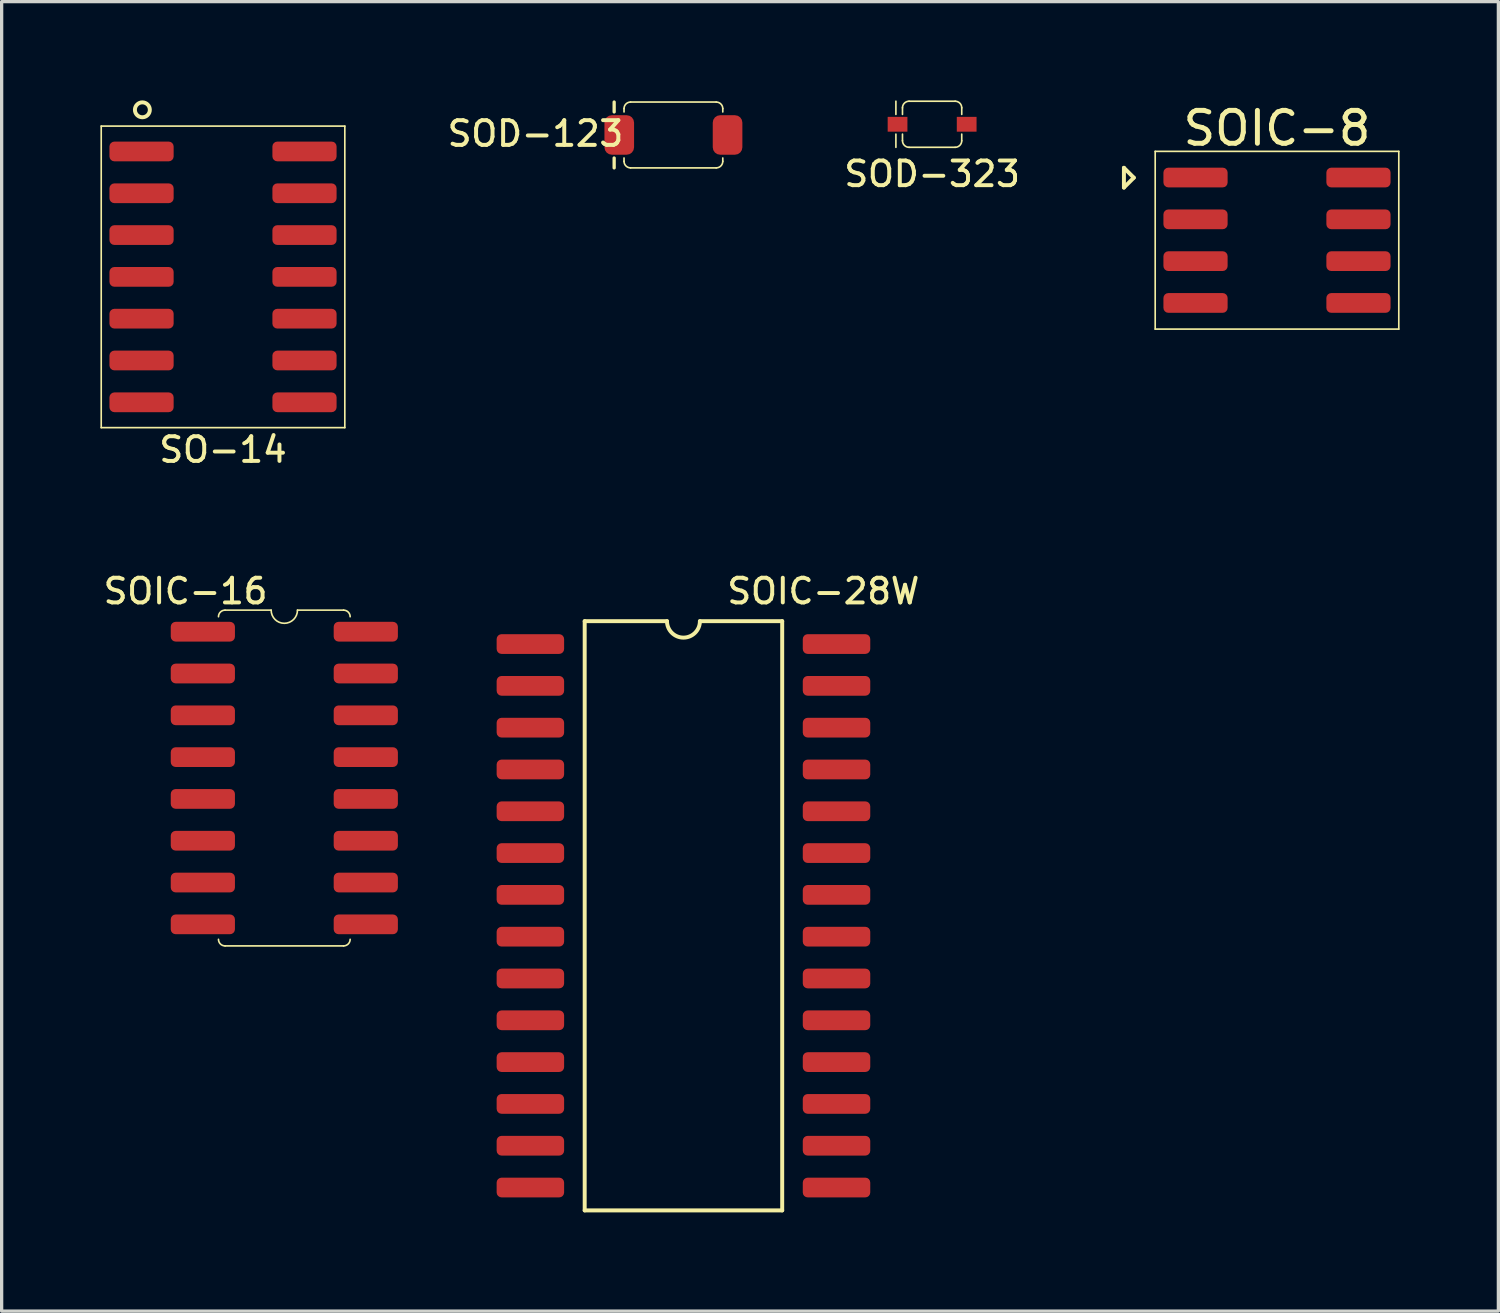
<source format=kicad_pcb>
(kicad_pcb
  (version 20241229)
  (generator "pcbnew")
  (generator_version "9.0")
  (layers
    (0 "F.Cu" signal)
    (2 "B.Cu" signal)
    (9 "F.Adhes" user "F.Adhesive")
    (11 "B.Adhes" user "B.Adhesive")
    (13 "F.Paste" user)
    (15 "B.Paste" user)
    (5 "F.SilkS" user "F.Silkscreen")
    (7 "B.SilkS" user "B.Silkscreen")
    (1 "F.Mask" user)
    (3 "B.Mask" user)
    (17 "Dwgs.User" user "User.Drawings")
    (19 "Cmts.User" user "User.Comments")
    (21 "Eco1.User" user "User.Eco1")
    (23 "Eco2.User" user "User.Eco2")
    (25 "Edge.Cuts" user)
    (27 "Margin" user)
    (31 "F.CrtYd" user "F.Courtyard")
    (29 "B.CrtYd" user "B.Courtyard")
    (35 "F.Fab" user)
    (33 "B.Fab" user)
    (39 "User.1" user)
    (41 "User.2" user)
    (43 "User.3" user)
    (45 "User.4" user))
  (footprint "SOD-323"
    (layer "F.Cu")
    (at 25.266 0.725)
    (property "Reference" "SOD-323" (at 0.001 1.51 0) (layer "F.SilkS") (effects (font (size 0.75 0.75) (thickness 0.12))))
    (attr smd)
    (fp_line (start -1.1 -0.3) (end -1.1 -0.7) (stroke (width 0.05) (type solid)) (layer "F.SilkS"))
    (fp_line (start -1.1 0.3) (end -1.1 0.7) (stroke (width 0.05) (type solid)) (layer "F.SilkS"))
    (fp_line (start -0.9 -0.5) (end -0.9 -0.3) (stroke (width 0.05) (type solid)) (layer "F.SilkS"))
    (fp_line (start -0.9 0.3) (end -0.9 0.5) (stroke (width 0.05) (type solid)) (layer "F.SilkS"))
    (fp_line (start -0.7 -0.7) (end 0.7 -0.7) (stroke (width 0.05) (type solid)) (layer "F.SilkS"))
    (fp_line (start -0.7 0.7) (end 0.7 0.7) (stroke (width 0.05) (type solid)) (layer "F.SilkS"))
    (fp_line (start 0.9 -0.5) (end 0.9 -0.3) (stroke (width 0.05) (type solid)) (layer "F.SilkS"))
    (fp_line (start 0.9 0.3) (end 0.9 0.5) (stroke (width 0.05) (type solid)) (layer "F.SilkS"))
    (fp_arc (start -0.9 -0.5) (mid -0.841421 -0.641421) (end -0.7 -0.7) (stroke (width 0.05) (type solid)) (layer "F.SilkS"))
    (fp_arc (start -0.7 0.7) (mid -0.841421 0.641421) (end -0.9 0.5) (stroke (width 0.05) (type solid)) (layer "F.SilkS"))
    (fp_arc (start 0.7 -0.7) (mid 0.841421 -0.641421) (end 0.9 -0.5) (stroke (width 0.05) (type solid)) (layer "F.SilkS"))
    (fp_arc (start 0.9 0.5) (mid 0.841421 0.641421) (end 0.7 0.7) (stroke (width 0.05) (type solid)) (layer "F.SilkS"))
    (pad "1" smd rect (at -1.05 0) (size 0.6 0.45) (layers "F.Cu" "F.Mask" "F.Paste"))
    (pad "2" smd rect (at 1.05 0) (size 0.6 0.45) (layers "F.Cu" "F.Mask" "F.Paste")))
  (footprint "SOIC-8"
    (layer "F.Cu")
    (at 35.743 4.248)
    (property "Reference" "SOIC-8" (at 0 -3.4 0) (layer "F.SilkS") (effects (font (size 1 1) (thickness 0.15))))
    (attr smd)
    (fp_line (start -4.65 -2.2) (end -4.65 -1.6) (stroke (width 0.12) (type solid)) (layer "F.SilkS"))
    (fp_line (start -4.65 -1.6) (end -4.35 -1.9) (stroke (width 0.12) (type solid)) (layer "F.SilkS"))
    (fp_line (start -4.35 -1.9) (end -4.65 -2.2) (stroke (width 0.12) (type solid)) (layer "F.SilkS"))
    (fp_line (start -3.7 -2.7) (end -3.7 2.7) (stroke (width 0.05) (type solid)) (layer "F.SilkS"))
    (fp_line (start -3.7 2.7) (end 3.7 2.7) (stroke (width 0.05) (type solid)) (layer "F.SilkS"))
    (fp_line (start 3.7 -2.7) (end -3.7 -2.7) (stroke (width 0.05) (type solid)) (layer "F.SilkS"))
    (fp_line (start 3.7 2.7) (end 3.7 -2.7) (stroke (width 0.05) (type solid)) (layer "F.SilkS"))
    (pad "1" smd roundrect (at -2.475 -1.905) (size 1.95 0.6) (layers "F.Cu" "F.Mask" "F.Paste") (roundrect_rratio 0.25))
    (pad "2" smd roundrect (at -2.475 -0.635) (size 1.95 0.6) (layers "F.Cu" "F.Mask" "F.Paste") (roundrect_rratio 0.25))
    (pad "3" smd roundrect (at -2.475 0.635) (size 1.95 0.6) (layers "F.Cu" "F.Mask" "F.Paste") (roundrect_rratio 0.25))
    (pad "4" smd roundrect (at -2.475 1.905) (size 1.95 0.6) (layers "F.Cu" "F.Mask" "F.Paste") (roundrect_rratio 0.25))
    (pad "5" smd roundrect (at 2.475 1.905) (size 1.95 0.6) (layers "F.Cu" "F.Mask" "F.Paste") (roundrect_rratio 0.25))
    (pad "6" smd roundrect (at 2.475 0.635) (size 1.95 0.6) (layers "F.Cu" "F.Mask" "F.Paste") (roundrect_rratio 0.25))
    (pad "7" smd roundrect (at 2.475 -0.635) (size 1.95 0.6) (layers "F.Cu" "F.Mask" "F.Paste") (roundrect_rratio 0.25))
    (pad "8" smd roundrect (at 2.475 -1.905) (size 1.95 0.6) (layers "F.Cu" "F.Mask" "F.Paste") (roundrect_rratio 0.25)))
  (footprint "SO-14"
    (layer "F.Cu")
    (at 3.725 5.361)
    (property "Reference" "SO-14" (at 0 5.25 0) (layer "F.SilkS") (effects (font (size 0.75 0.75) (thickness 0.12))))
    (attr smd)
    (fp_line (start -3.7 -4.58) (end -3.7 4.58) (stroke (width 0.05) (type solid)) (layer "F.SilkS"))
    (fp_line (start -3.7 4.58) (end 3.7 4.58) (stroke (width 0.05) (type solid)) (layer "F.SilkS"))
    (fp_line (start 3.7 -4.58) (end -3.7 -4.58) (stroke (width 0.05) (type solid)) (layer "F.SilkS"))
    (fp_line (start 3.7 4.58) (end 3.7 -4.58) (stroke (width 0.05) (type solid)) (layer "F.SilkS"))
    (fp_circle (center -2.45 -5.075) (end -2.675 -5.05) (stroke (width 0.12) (type solid)) (fill no) (layer "F.SilkS"))
    (pad "1" smd roundrect (at -2.475 -3.81) (size 1.95 0.6) (layers "F.Cu" "F.Mask" "F.Paste") (roundrect_rratio 0.25))
    (pad "2" smd roundrect (at -2.475 -2.54) (size 1.95 0.6) (layers "F.Cu" "F.Mask" "F.Paste") (roundrect_rratio 0.25))
    (pad "3" smd roundrect (at -2.475 -1.27) (size 1.95 0.6) (layers "F.Cu" "F.Mask" "F.Paste") (roundrect_rratio 0.25))
    (pad "4" smd roundrect (at -2.475 0) (size 1.95 0.6) (layers "F.Cu" "F.Mask" "F.Paste") (roundrect_rratio 0.25))
    (pad "5" smd roundrect (at -2.475 1.27) (size 1.95 0.6) (layers "F.Cu" "F.Mask" "F.Paste") (roundrect_rratio 0.25))
    (pad "6" smd roundrect (at -2.475 2.54) (size 1.95 0.6) (layers "F.Cu" "F.Mask" "F.Paste") (roundrect_rratio 0.25))
    (pad "7" smd roundrect (at -2.475 3.81) (size 1.95 0.6) (layers "F.Cu" "F.Mask" "F.Paste") (roundrect_rratio 0.25))
    (pad "8" smd roundrect (at 2.475 3.81) (size 1.95 0.6) (layers "F.Cu" "F.Mask" "F.Paste") (roundrect_rratio 0.25))
    (pad "9" smd roundrect (at 2.475 2.54) (size 1.95 0.6) (layers "F.Cu" "F.Mask" "F.Paste") (roundrect_rratio 0.25))
    (pad "10" smd roundrect (at 2.475 1.27) (size 1.95 0.6) (layers "F.Cu" "F.Mask" "F.Paste") (roundrect_rratio 0.25))
    (pad "11" smd roundrect (at 2.475 0) (size 1.95 0.6) (layers "F.Cu" "F.Mask" "F.Paste") (roundrect_rratio 0.25))
    (pad "12" smd roundrect (at 2.475 -1.27) (size 1.95 0.6) (layers "F.Cu" "F.Mask" "F.Paste") (roundrect_rratio 0.25))
    (pad "13" smd roundrect (at 2.475 -2.54) (size 1.95 0.6) (layers "F.Cu" "F.Mask" "F.Paste") (roundrect_rratio 0.25))
    (pad "14" smd roundrect (at 2.475 -3.81) (size 1.95 0.6) (layers "F.Cu" "F.Mask" "F.Paste") (roundrect_rratio 0.25)))
  (footprint "SOIC-16"
    (layer "F.Cu")
    (at 5.587 20.585)
    (property "Reference" "SOIC-16" (at -3 -5.675 0) (layer "F.SilkS") (effects (font (size 0.75 0.75) (thickness 0.12))))
    (attr smd)
    (fp_line (start -1.8 5.1) (end 1.8 5.1) (stroke (width 0.05) (type solid)) (layer "F.SilkS"))
    (fp_line (start -0.4 -5.1) (end -1.8 -5.1) (stroke (width 0.05) (type solid)) (layer "F.SilkS"))
    (fp_line (start 1.8 -5.1) (end 0.4 -5.1) (stroke (width 0.05) (type solid)) (layer "F.SilkS"))
    (fp_arc (start -2 -4.9) (mid -1.941421 -5.041421) (end -1.8 -5.1) (stroke (width 0.05) (type solid)) (layer "F.SilkS"))
    (fp_arc (start -1.8 5.1) (mid -1.941421 5.041421) (end -2 4.9) (stroke (width 0.05) (type solid)) (layer "F.SilkS"))
    (fp_arc (start 0.4 -5.1) (mid 0 -4.7) (end -0.4 -5.1) (stroke (width 0.05) (type solid)) (layer "F.SilkS"))
    (fp_arc (start 1.8 -5.1) (mid 1.941421 -5.041421) (end 2 -4.9) (stroke (width 0.05) (type solid)) (layer "F.SilkS"))
    (fp_arc (start 2 4.9) (mid 1.941421 5.041421) (end 1.8 5.1) (stroke (width 0.05) (type solid)) (layer "F.SilkS"))
    (pad "1" smd roundrect (at -2.475 -4.445) (size 1.95 0.6) (layers "F.Cu" "F.Mask" "F.Paste") (roundrect_rratio 0.25))
    (pad "2" smd roundrect (at -2.475 -3.175) (size 1.95 0.6) (layers "F.Cu" "F.Mask" "F.Paste") (roundrect_rratio 0.25))
    (pad "3" smd roundrect (at -2.475 -1.905) (size 1.95 0.6) (layers "F.Cu" "F.Mask" "F.Paste") (roundrect_rratio 0.25))
    (pad "4" smd roundrect (at -2.475 -0.635) (size 1.95 0.6) (layers "F.Cu" "F.Mask" "F.Paste") (roundrect_rratio 0.25))
    (pad "5" smd roundrect (at -2.475 0.635) (size 1.95 0.6) (layers "F.Cu" "F.Mask" "F.Paste") (roundrect_rratio 0.25))
    (pad "6" smd roundrect (at -2.475 1.905) (size 1.95 0.6) (layers "F.Cu" "F.Mask" "F.Paste") (roundrect_rratio 0.25))
    (pad "7" smd roundrect (at -2.475 3.175) (size 1.95 0.6) (layers "F.Cu" "F.Mask" "F.Paste") (roundrect_rratio 0.25))
    (pad "8" smd roundrect (at -2.475 4.445) (size 1.95 0.6) (layers "F.Cu" "F.Mask" "F.Paste") (roundrect_rratio 0.25))
    (pad "9" smd roundrect (at 2.475 4.445) (size 1.95 0.6) (layers "F.Cu" "F.Mask" "F.Paste") (roundrect_rratio 0.25))
    (pad "10" smd roundrect (at 2.475 3.175) (size 1.95 0.6) (layers "F.Cu" "F.Mask" "F.Paste") (roundrect_rratio 0.25))
    (pad "11" smd roundrect (at 2.475 1.905) (size 1.95 0.6) (layers "F.Cu" "F.Mask" "F.Paste") (roundrect_rratio 0.25))
    (pad "12" smd roundrect (at 2.475 0.635) (size 1.95 0.6) (layers "F.Cu" "F.Mask" "F.Paste") (roundrect_rratio 0.25))
    (pad "13" smd roundrect (at 2.475 -0.635) (size 1.95 0.6) (layers "F.Cu" "F.Mask" "F.Paste") (roundrect_rratio 0.25))
    (pad "14" smd roundrect (at 2.475 -1.905) (size 1.95 0.6) (layers "F.Cu" "F.Mask" "F.Paste") (roundrect_rratio 0.25))
    (pad "15" smd roundrect (at 2.475 -3.175) (size 1.95 0.6) (layers "F.Cu" "F.Mask" "F.Paste") (roundrect_rratio 0.25))
    (pad "16" smd roundrect (at 2.475 -4.445) (size 1.95 0.6) (layers "F.Cu" "F.Mask" "F.Paste") (roundrect_rratio 0.25)))
  (footprint "SOD-123"
    (layer "F.Cu")
    (at 17.407 1.05)
    (property "Reference" "SOD-123" (at -4.191 -0.04 180) (layer "F.SilkS") (effects (font (size 0.75 0.75) (thickness 0.12))))
    (attr smd)
    (fp_line (start -1.8 -0.7) (end -1.8 -1) (stroke (width 0.1) (type solid)) (layer "F.SilkS"))
    (fp_line (start -1.8 1) (end -1.8 0.7) (stroke (width 0.1) (type solid)) (layer "F.SilkS"))
    (fp_line (start -1.5 -0.8) (end -1.5 -0.7) (stroke (width 0.05) (type solid)) (layer "F.SilkS"))
    (fp_line (start -1.5 0.8) (end -1.5 0.7) (stroke (width 0.05) (type solid)) (layer "F.SilkS"))
    (fp_line (start -1.3 -1) (end 1.3 -1) (stroke (width 0.05) (type solid)) (layer "F.SilkS"))
    (fp_line (start 1.3 1) (end -1.3 1) (stroke (width 0.05) (type solid)) (layer "F.SilkS"))
    (fp_line (start 1.5 -0.8) (end 1.5 -0.7) (stroke (width 0.05) (type solid)) (layer "F.SilkS"))
    (fp_line (start 1.5 0.8) (end 1.5 0.7) (stroke (width 0.05) (type solid)) (layer "F.SilkS"))
    (fp_arc (start -1.5 -0.8) (mid -1.441421 -0.941421) (end -1.3 -1) (stroke (width 0.05) (type solid)) (layer "F.SilkS"))
    (fp_arc (start -1.3 1) (mid -1.441421 0.941421) (end -1.5 0.8) (stroke (width 0.05) (type solid)) (layer "F.SilkS"))
    (fp_arc (start 1.3 -1) (mid 1.441421 -0.941421) (end 1.5 -0.8) (stroke (width 0.05) (type solid)) (layer "F.SilkS"))
    (fp_arc (start 1.5 0.8) (mid 1.441421 0.941421) (end 1.3 1) (stroke (width 0.05) (type solid)) (layer "F.SilkS"))
    (pad "1" smd roundrect (at -1.645 0) (size 0.9 1.2) (layers "F.Cu" "F.Mask" "F.Paste") (roundrect_rratio 0.25))
    (pad "2" smd roundrect (at 1.645 0) (size 0.9 1.2) (layers "F.Cu" "F.Mask" "F.Paste") (roundrect_rratio 0.25)))
  (footprint "SOIC-28W"
    (layer "F.Cu")
    (at 17.712 24.77)
    (property "Reference" "SOIC-28W" (at 4.25 -9.86 0) (layer "F.SilkS") (effects (font (size 0.75 0.75) (thickness 0.12))))
    (attr smd)
    (fp_line (start -3 8.95) (end -3 -8.95) (stroke (width 0.12) (type solid)) (layer "F.SilkS"))
    (fp_line (start -0.5 -8.95) (end -3 -8.95) (stroke (width 0.12) (type solid)) (layer "F.SilkS"))
    (fp_line (start 3 -8.95) (end 0.5 -8.95) (stroke (width 0.12) (type solid)) (layer "F.SilkS"))
    (fp_line (start 3 -8.95) (end 3 8.95) (stroke (width 0.12) (type solid)) (layer "F.SilkS"))
    (fp_line (start 3 8.95) (end -3 8.95) (stroke (width 0.12) (type solid)) (layer "F.SilkS"))
    (fp_arc (start 0.5 -8.95) (mid 0 -8.45) (end -0.5 -8.95) (stroke (width 0.12) (type solid)) (layer "F.SilkS"))
    (pad "1" smd roundrect (at -4.65 -8.255) (size 2.05 0.6) (layers "F.Cu" "F.Mask" "F.Paste") (roundrect_rratio 0.25))
    (pad "2" smd roundrect (at -4.65 -6.985) (size 2.05 0.6) (layers "F.Cu" "F.Mask" "F.Paste") (roundrect_rratio 0.25))
    (pad "3" smd roundrect (at -4.65 -5.715) (size 2.05 0.6) (layers "F.Cu" "F.Mask" "F.Paste") (roundrect_rratio 0.25))
    (pad "4" smd roundrect (at -4.65 -4.445) (size 2.05 0.6) (layers "F.Cu" "F.Mask" "F.Paste") (roundrect_rratio 0.25))
    (pad "5" smd roundrect (at -4.65 -3.175) (size 2.05 0.6) (layers "F.Cu" "F.Mask" "F.Paste") (roundrect_rratio 0.25))
    (pad "6" smd roundrect (at -4.65 -1.905) (size 2.05 0.6) (layers "F.Cu" "F.Mask" "F.Paste") (roundrect_rratio 0.25))
    (pad "7" smd roundrect (at -4.65 -0.635) (size 2.05 0.6) (layers "F.Cu" "F.Mask" "F.Paste") (roundrect_rratio 0.25))
    (pad "8" smd roundrect (at -4.65 0.635) (size 2.05 0.6) (layers "F.Cu" "F.Mask" "F.Paste") (roundrect_rratio 0.25))
    (pad "9" smd roundrect (at -4.65 1.905) (size 2.05 0.6) (layers "F.Cu" "F.Mask" "F.Paste") (roundrect_rratio 0.25))
    (pad "10" smd roundrect (at -4.65 3.175) (size 2.05 0.6) (layers "F.Cu" "F.Mask" "F.Paste") (roundrect_rratio 0.25))
    (pad "11" smd roundrect (at -4.65 4.445) (size 2.05 0.6) (layers "F.Cu" "F.Mask" "F.Paste") (roundrect_rratio 0.25))
    (pad "12" smd roundrect (at -4.65 5.715) (size 2.05 0.6) (layers "F.Cu" "F.Mask" "F.Paste") (roundrect_rratio 0.25))
    (pad "13" smd roundrect (at -4.65 6.985) (size 2.05 0.6) (layers "F.Cu" "F.Mask" "F.Paste") (roundrect_rratio 0.25))
    (pad "14" smd roundrect (at -4.65 8.255) (size 2.05 0.6) (layers "F.Cu" "F.Mask" "F.Paste") (roundrect_rratio 0.25))
    (pad "15" smd roundrect (at 4.65 8.255) (size 2.05 0.6) (layers "F.Cu" "F.Mask" "F.Paste") (roundrect_rratio 0.25))
    (pad "16" smd roundrect (at 4.65 6.985) (size 2.05 0.6) (layers "F.Cu" "F.Mask" "F.Paste") (roundrect_rratio 0.25))
    (pad "17" smd roundrect (at 4.65 5.715) (size 2.05 0.6) (layers "F.Cu" "F.Mask" "F.Paste") (roundrect_rratio 0.25))
    (pad "18" smd roundrect (at 4.65 4.445) (size 2.05 0.6) (layers "F.Cu" "F.Mask" "F.Paste") (roundrect_rratio 0.25))
    (pad "19" smd roundrect (at 4.65 3.175) (size 2.05 0.6) (layers "F.Cu" "F.Mask" "F.Paste") (roundrect_rratio 0.25))
    (pad "20" smd roundrect (at 4.65 1.905) (size 2.05 0.6) (layers "F.Cu" "F.Mask" "F.Paste") (roundrect_rratio 0.25))
    (pad "21" smd roundrect (at 4.65 0.635) (size 2.05 0.6) (layers "F.Cu" "F.Mask" "F.Paste") (roundrect_rratio 0.25))
    (pad "22" smd roundrect (at 4.65 -0.635) (size 2.05 0.6) (layers "F.Cu" "F.Mask" "F.Paste") (roundrect_rratio 0.25))
    (pad "23" smd roundrect (at 4.65 -1.905) (size 2.05 0.6) (layers "F.Cu" "F.Mask" "F.Paste") (roundrect_rratio 0.25))
    (pad "24" smd roundrect (at 4.65 -3.175) (size 2.05 0.6) (layers "F.Cu" "F.Mask" "F.Paste") (roundrect_rratio 0.25))
    (pad "25" smd roundrect (at 4.65 -4.445) (size 2.05 0.6) (layers "F.Cu" "F.Mask" "F.Paste") (roundrect_rratio 0.25))
    (pad "26" smd roundrect (at 4.65 -5.715) (size 2.05 0.6) (layers "F.Cu" "F.Mask" "F.Paste") (roundrect_rratio 0.25))
    (pad "27" smd roundrect (at 4.65 -6.985) (size 2.05 0.6) (layers "F.Cu" "F.Mask" "F.Paste") (roundrect_rratio 0.25))
    (pad "28" smd roundrect (at 4.65 -8.255) (size 2.05 0.6) (layers "F.Cu" "F.Mask" "F.Paste") (roundrect_rratio 0.25)))
  (gr_rect
    (start -3 -3)
    (end 42.468 36.78)
    (stroke (width 0.1) (type default))
    (fill no)
    (layer "Edge.Cuts")))
</source>
